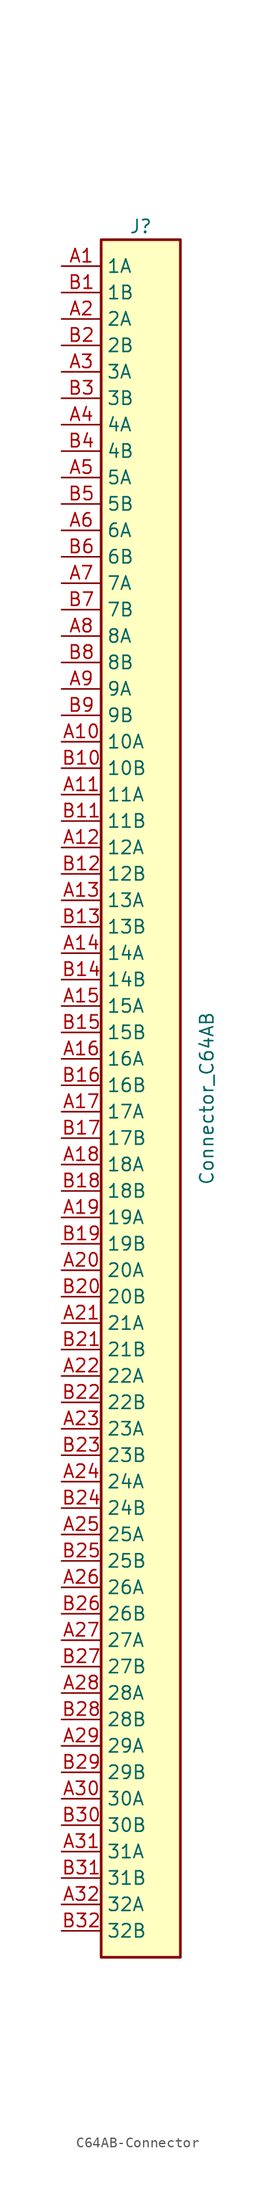
<source format=kicad_sym>
(kicad_symbol_lib
  (version 20220914)
  (generator kicad_symbol_editor)
  (symbol "C64AB-Connector"
    (property "Reference" "J"
      (at 0 85.09 0)
      (effects (font (size 1.27 1.27))))
    (property "Value" "Connector_C64AB"
      (at 6.35 1.27 90)
      (effects (font (size 1.27 1.27))))
    (symbol "C64AB-Connector_0_1"
      (rectangle (start -3.81 -81.28) (end 3.81 83.82) (stroke (width 0.254) (type solid)) (fill (type background))))
    (symbol "C64AB-Connector_1_1"
      (pin passive line (at -7.62 81.28 0) (length 3.81) (name "1A" (effects (font (size 1.27 1.27)))) (number "A1" (effects (font (size 1.27 1.27)))))
      (pin passive line (at -7.62 35.56 0) (length 3.81) (name "10A" (effects (font (size 1.27 1.27)))) (number "A10" (effects (font (size 1.27 1.27)))))
      (pin passive line (at -7.62 30.48 0) (length 3.81) (name "11A" (effects (font (size 1.27 1.27)))) (number "A11" (effects (font (size 1.27 1.27)))))
      (pin passive line (at -7.62 25.4 0) (length 3.81) (name "12A" (effects (font (size 1.27 1.27)))) (number "A12" (effects (font (size 1.27 1.27)))))
      (pin passive line (at -7.62 20.32 0) (length 3.81) (name "13A" (effects (font (size 1.27 1.27)))) (number "A13" (effects (font (size 1.27 1.27)))))
      (pin passive line (at -7.62 15.24 0) (length 3.81) (name "14A" (effects (font (size 1.27 1.27)))) (number "A14" (effects (font (size 1.27 1.27)))))
      (pin passive line (at -7.62 10.16 0) (length 3.81) (name "15A" (effects (font (size 1.27 1.27)))) (number "A15" (effects (font (size 1.27 1.27)))))
      (pin passive line (at -7.62 5.08 0) (length 3.81) (name "16A" (effects (font (size 1.27 1.27)))) (number "A16" (effects (font (size 1.27 1.27)))))
      (pin passive line (at -7.62 0 0) (length 3.81) (name "17A" (effects (font (size 1.27 1.27)))) (number "A17" (effects (font (size 1.27 1.27)))))
      (pin passive line (at -7.62 -5.08 0) (length 3.81) (name "18A" (effects (font (size 1.27 1.27)))) (number "A18" (effects (font (size 1.27 1.27)))))
      (pin passive line (at -7.62 -10.16 0) (length 3.81) (name "19A" (effects (font (size 1.27 1.27)))) (number "A19" (effects (font (size 1.27 1.27)))))
      (pin passive line (at -7.62 76.2 0) (length 3.81) (name "2A" (effects (font (size 1.27 1.27)))) (number "A2" (effects (font (size 1.27 1.27)))))
      (pin passive line (at -7.62 -15.24 0) (length 3.81) (name "20A" (effects (font (size 1.27 1.27)))) (number "A20" (effects (font (size 1.27 1.27)))))
      (pin passive line (at -7.62 -20.32 0) (length 3.81) (name "21A" (effects (font (size 1.27 1.27)))) (number "A21" (effects (font (size 1.27 1.27)))))
      (pin passive line (at -7.62 -25.4 0) (length 3.81) (name "22A" (effects (font (size 1.27 1.27)))) (number "A22" (effects (font (size 1.27 1.27)))))
      (pin passive line (at -7.62 -30.48 0) (length 3.81) (name "23A" (effects (font (size 1.27 1.27)))) (number "A23" (effects (font (size 1.27 1.27)))))
      (pin passive line (at -7.62 -35.56 0) (length 3.81) (name "24A" (effects (font (size 1.27 1.27)))) (number "A24" (effects (font (size 1.27 1.27)))))
      (pin passive line (at -7.62 -40.64 0) (length 3.81) (name "25A" (effects (font (size 1.27 1.27)))) (number "A25" (effects (font (size 1.27 1.27)))))
      (pin passive line (at -7.62 -45.72 0) (length 3.81) (name "26A" (effects (font (size 1.27 1.27)))) (number "A26" (effects (font (size 1.27 1.27)))))
      (pin passive line (at -7.62 -50.8 0) (length 3.81) (name "27A" (effects (font (size 1.27 1.27)))) (number "A27" (effects (font (size 1.27 1.27)))))
      (pin passive line (at -7.62 -55.88 0) (length 3.81) (name "28A" (effects (font (size 1.27 1.27)))) (number "A28" (effects (font (size 1.27 1.27)))))
      (pin passive line (at -7.62 -60.96 0) (length 3.81) (name "29A" (effects (font (size 1.27 1.27)))) (number "A29" (effects (font (size 1.27 1.27)))))
      (pin passive line (at -7.62 71.12 0) (length 3.81) (name "3A" (effects (font (size 1.27 1.27)))) (number "A3" (effects (font (size 1.27 1.27)))))
      (pin passive line (at -7.62 -66.04 0) (length 3.81) (name "30A" (effects (font (size 1.27 1.27)))) (number "A30" (effects (font (size 1.27 1.27)))))
      (pin passive line (at -7.62 -71.12 0) (length 3.81) (name "31A" (effects (font (size 1.27 1.27)))) (number "A31" (effects (font (size 1.27 1.27)))))
      (pin passive line (at -7.62 -76.2 0) (length 3.81) (name "32A" (effects (font (size 1.27 1.27)))) (number "A32" (effects (font (size 1.27 1.27)))))
      (pin passive line (at -7.62 66.04 0) (length 3.81) (name "4A" (effects (font (size 1.27 1.27)))) (number "A4" (effects (font (size 1.27 1.27)))))
      (pin passive line (at -7.62 60.96 0) (length 3.81) (name "5A" (effects (font (size 1.27 1.27)))) (number "A5" (effects (font (size 1.27 1.27)))))
      (pin passive line (at -7.62 55.88 0) (length 3.81) (name "6A" (effects (font (size 1.27 1.27)))) (number "A6" (effects (font (size 1.27 1.27)))))
      (pin passive line (at -7.62 50.8 0) (length 3.81) (name "7A" (effects (font (size 1.27 1.27)))) (number "A7" (effects (font (size 1.27 1.27)))))
      (pin passive line (at -7.62 45.72 0) (length 3.81) (name "8A" (effects (font (size 1.27 1.27)))) (number "A8" (effects (font (size 1.27 1.27)))))
      (pin passive line (at -7.62 40.64 0) (length 3.81) (name "9A" (effects (font (size 1.27 1.27)))) (number "A9" (effects (font (size 1.27 1.27)))))
      (pin passive line (at -7.62 78.74 0) (length 3.81) (name "1B" (effects (font (size 1.27 1.27)))) (number "B1" (effects (font (size 1.27 1.27)))))
      (pin passive line (at -7.62 33.02 0) (length 3.81) (name "10B" (effects (font (size 1.27 1.27)))) (number "B10" (effects (font (size 1.27 1.27)))))
      (pin passive line (at -7.62 27.94 0) (length 3.81) (name "11B" (effects (font (size 1.27 1.27)))) (number "B11" (effects (font (size 1.27 1.27)))))
      (pin passive line (at -7.62 22.86 0) (length 3.81) (name "12B" (effects (font (size 1.27 1.27)))) (number "B12" (effects (font (size 1.27 1.27)))))
      (pin passive line (at -7.62 17.78 0) (length 3.81) (name "13B" (effects (font (size 1.27 1.27)))) (number "B13" (effects (font (size 1.27 1.27)))))
      (pin passive line (at -7.62 12.7 0) (length 3.81) (name "14B" (effects (font (size 1.27 1.27)))) (number "B14" (effects (font (size 1.27 1.27)))))
      (pin passive line (at -7.62 7.62 0) (length 3.81) (name "15B" (effects (font (size 1.27 1.27)))) (number "B15" (effects (font (size 1.27 1.27)))))
      (pin passive line (at -7.62 2.54 0) (length 3.81) (name "16B" (effects (font (size 1.27 1.27)))) (number "B16" (effects (font (size 1.27 1.27)))))
      (pin passive line (at -7.62 -2.54 0) (length 3.81) (name "17B" (effects (font (size 1.27 1.27)))) (number "B17" (effects (font (size 1.27 1.27)))))
      (pin passive line (at -7.62 -7.62 0) (length 3.81) (name "18B" (effects (font (size 1.27 1.27)))) (number "B18" (effects (font (size 1.27 1.27)))))
      (pin passive line (at -7.62 -12.7 0) (length 3.81) (name "19B" (effects (font (size 1.27 1.27)))) (number "B19" (effects (font (size 1.27 1.27)))))
      (pin passive line (at -7.62 73.66 0) (length 3.81) (name "2B" (effects (font (size 1.27 1.27)))) (number "B2" (effects (font (size 1.27 1.27)))))
      (pin passive line (at -7.62 -17.78 0) (length 3.81) (name "20B" (effects (font (size 1.27 1.27)))) (number "B20" (effects (font (size 1.27 1.27)))))
      (pin passive line (at -7.62 -22.86 0) (length 3.81) (name "21B" (effects (font (size 1.27 1.27)))) (number "B21" (effects (font (size 1.27 1.27)))))
      (pin passive line (at -7.62 -27.94 0) (length 3.81) (name "22B" (effects (font (size 1.27 1.27)))) (number "B22" (effects (font (size 1.27 1.27)))))
      (pin passive line (at -7.62 -33.02 0) (length 3.81) (name "23B" (effects (font (size 1.27 1.27)))) (number "B23" (effects (font (size 1.27 1.27)))))
      (pin passive line (at -7.62 -38.1 0) (length 3.81) (name "24B" (effects (font (size 1.27 1.27)))) (number "B24" (effects (font (size 1.27 1.27)))))
      (pin passive line (at -7.62 -43.18 0) (length 3.81) (name "25B" (effects (font (size 1.27 1.27)))) (number "B25" (effects (font (size 1.27 1.27)))))
      (pin passive line (at -7.62 -48.26 0) (length 3.81) (name "26B" (effects (font (size 1.27 1.27)))) (number "B26" (effects (font (size 1.27 1.27)))))
      (pin passive line (at -7.62 -53.34 0) (length 3.81) (name "27B" (effects (font (size 1.27 1.27)))) (number "B27" (effects (font (size 1.27 1.27)))))
      (pin passive line (at -7.62 -58.42 0) (length 3.81) (name "28B" (effects (font (size 1.27 1.27)))) (number "B28" (effects (font (size 1.27 1.27)))))
      (pin passive line (at -7.62 -63.5 0) (length 3.81) (name "29B" (effects (font (size 1.27 1.27)))) (number "B29" (effects (font (size 1.27 1.27)))))
      (pin passive line (at -7.62 68.58 0) (length 3.81) (name "3B" (effects (font (size 1.27 1.27)))) (number "B3" (effects (font (size 1.27 1.27)))))
      (pin passive line (at -7.62 -68.58 0) (length 3.81) (name "30B" (effects (font (size 1.27 1.27)))) (number "B30" (effects (font (size 1.27 1.27)))))
      (pin passive line (at -7.62 -73.66 0) (length 3.81) (name "31B" (effects (font (size 1.27 1.27)))) (number "B31" (effects (font (size 1.27 1.27)))))
      (pin passive line (at -7.62 -78.74 0) (length 3.81) (name "32B" (effects (font (size 1.27 1.27)))) (number "B32" (effects (font (size 1.27 1.27)))))
      (pin passive line (at -7.62 63.5 0) (length 3.81) (name "4B" (effects (font (size 1.27 1.27)))) (number "B4" (effects (font (size 1.27 1.27)))))
      (pin passive line (at -7.62 58.42 0) (length 3.81) (name "5B" (effects (font (size 1.27 1.27)))) (number "B5" (effects (font (size 1.27 1.27)))))
      (pin passive line (at -7.62 53.34 0) (length 3.81) (name "6B" (effects (font (size 1.27 1.27)))) (number "B6" (effects (font (size 1.27 1.27)))))
      (pin passive line (at -7.62 48.26 0) (length 3.81) (name "7B" (effects (font (size 1.27 1.27)))) (number "B7" (effects (font (size 1.27 1.27)))))
      (pin passive line (at -7.62 43.18 0) (length 3.81) (name "8B" (effects (font (size 1.27 1.27)))) (number "B8" (effects (font (size 1.27 1.27)))))
      (pin passive line (at -7.62 38.1 0) (length 3.81) (name "9B" (effects (font (size 1.27 1.27)))) (number "B9" (effects (font (size 1.27 1.27))))))))
</source>
